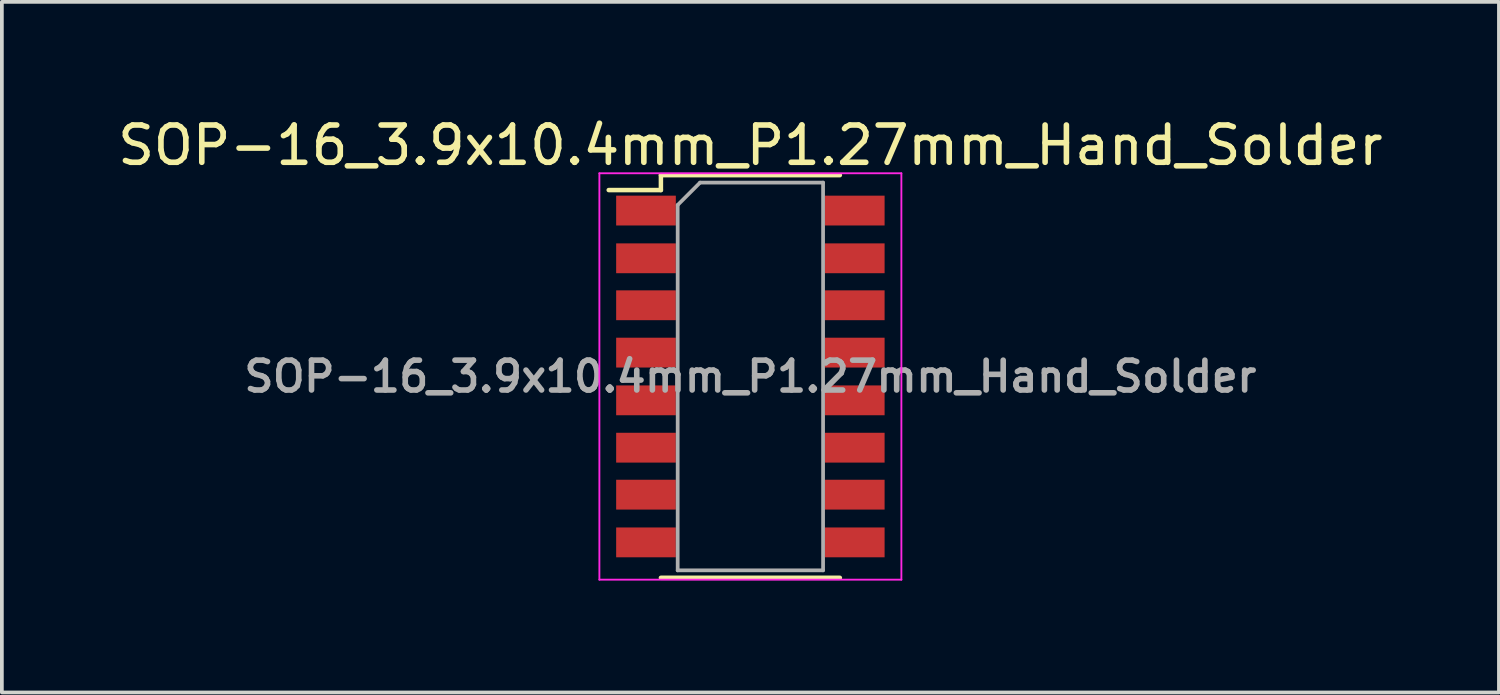
<source format=kicad_pcb>
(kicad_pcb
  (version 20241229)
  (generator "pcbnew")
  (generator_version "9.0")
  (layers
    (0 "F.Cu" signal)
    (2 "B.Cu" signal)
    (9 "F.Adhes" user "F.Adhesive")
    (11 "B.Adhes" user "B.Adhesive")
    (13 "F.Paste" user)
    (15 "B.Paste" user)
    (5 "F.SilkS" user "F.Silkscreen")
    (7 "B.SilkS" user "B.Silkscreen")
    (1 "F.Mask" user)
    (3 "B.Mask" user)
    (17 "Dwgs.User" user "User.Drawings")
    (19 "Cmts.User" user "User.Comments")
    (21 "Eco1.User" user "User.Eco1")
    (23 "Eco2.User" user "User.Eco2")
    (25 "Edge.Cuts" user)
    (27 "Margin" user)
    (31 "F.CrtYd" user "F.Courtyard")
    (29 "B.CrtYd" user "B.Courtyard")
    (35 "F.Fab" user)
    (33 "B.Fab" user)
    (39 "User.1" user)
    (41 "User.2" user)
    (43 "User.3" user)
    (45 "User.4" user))
  (footprint "SOP-16_3.9x10.4mm_P1.27mm_Hand_Solder"
    (layer "F.Cu")
    (at 17.077 7.048)
    (property "Reference" "SOP-16_3.9x10.4mm_P1.27mm_Hand_Solder" (at 0 -6.2 0) (layer "F.SilkS") (effects (font (size 1 1) (thickness 0.15))))
    (attr smd)
    (fp_line (start -2.4 -5.4) (end -2.4 -5) (stroke (width 0.12) (type solid)) (layer "F.SilkS"))
    (fp_line (start -2.4 -5.4) (end 2.4 -5.4) (stroke (width 0.12) (type solid)) (layer "F.SilkS"))
    (fp_line (start -2.4 -5) (end -3.8 -5) (stroke (width 0.12) (type solid)) (layer "F.SilkS"))
    (fp_line (start -2.4 5.4) (end 2.4 5.4) (stroke (width 0.12) (type solid)) (layer "F.SilkS"))
    (fp_line (start -4.05 -5.45) (end -4.05 5.45) (stroke (width 0.05) (type solid)) (layer "F.CrtYd"))
    (fp_line (start -4.05 -5.45) (end 4.05 -5.45) (stroke (width 0.05) (type solid)) (layer "F.CrtYd"))
    (fp_line (start 4.05 5.45) (end -4.05 5.45) (stroke (width 0.05) (type solid)) (layer "F.CrtYd"))
    (fp_line (start 4.05 5.45) (end 4.05 -5.45) (stroke (width 0.05) (type solid)) (layer "F.CrtYd"))
    (fp_line (start -1.95 -4.6) (end -1.35 -5.2) (stroke (width 0.1) (type solid)) (layer "F.Fab"))
    (fp_line (start -1.95 5.2) (end -1.95 -4.6) (stroke (width 0.1) (type solid)) (layer "F.Fab"))
    (fp_line (start -1.35 -5.2) (end 1.95 -5.2) (stroke (width 0.1) (type solid)) (layer "F.Fab"))
    (fp_line (start 1.95 -5.2) (end 1.95 5.2) (stroke (width 0.1) (type solid)) (layer "F.Fab"))
    (fp_line (start 1.95 5.2) (end -1.95 5.2) (stroke (width 0.1) (type solid)) (layer "F.Fab"))
    (fp_text user "${REFERENCE}" (at 0 0 0) (layer "F.Fab") (effects (font (size 0.8 0.8) (thickness 0.15))))
    (pad "1" smd rect (at -2.8 -4.45) (size 1.6 0.8) (layers "F.Cu" "F.Mask" "F.Paste"))
    (pad "2" smd rect (at -2.8 -3.17) (size 1.6 0.8) (layers "F.Cu" "F.Mask" "F.Paste"))
    (pad "3" smd rect (at -2.8 -1.91) (size 1.6 0.8) (layers "F.Cu" "F.Mask" "F.Paste"))
    (pad "4" smd rect (at -2.8 -0.64) (size 1.6 0.8) (layers "F.Cu" "F.Mask" "F.Paste"))
    (pad "5" smd rect (at -2.8 0.64) (size 1.6 0.8) (layers "F.Cu" "F.Mask" "F.Paste"))
    (pad "6" smd rect (at -2.8 1.91) (size 1.6 0.8) (layers "F.Cu" "F.Mask" "F.Paste"))
    (pad "7" smd rect (at -2.8 3.17) (size 1.6 0.8) (layers "F.Cu" "F.Mask" "F.Paste"))
    (pad "8" smd rect (at -2.8 4.45) (size 1.6 0.8) (layers "F.Cu" "F.Mask" "F.Paste"))
    (pad "9" smd rect (at 2.8 4.45) (size 1.6 0.8) (layers "F.Cu" "F.Mask" "F.Paste"))
    (pad "10" smd rect (at 2.8 3.17) (size 1.6 0.8) (layers "F.Cu" "F.Mask" "F.Paste"))
    (pad "11" smd rect (at 2.8 1.91) (size 1.6 0.8) (layers "F.Cu" "F.Mask" "F.Paste"))
    (pad "12" smd rect (at 2.8 0.64) (size 1.6 0.8) (layers "F.Cu" "F.Mask" "F.Paste"))
    (pad "13" smd rect (at 2.8 -0.64) (size 1.6 0.8) (layers "F.Cu" "F.Mask" "F.Paste"))
    (pad "14" smd rect (at 2.8 -1.91) (size 1.6 0.8) (layers "F.Cu" "F.Mask" "F.Paste"))
    (pad "15" smd rect (at 2.8 -3.17) (size 1.6 0.8) (layers "F.Cu" "F.Mask" "F.Paste"))
    (pad "16" smd rect (at 2.8 -4.45) (size 1.6 0.8) (layers "F.Cu" "F.Mask" "F.Paste")))
  (gr_rect
    (start -3 -3)
    (end 37.155 15.523)
    (stroke (width 0.1) (type default))
    (fill no)
    (layer "Edge.Cuts")))
</source>
